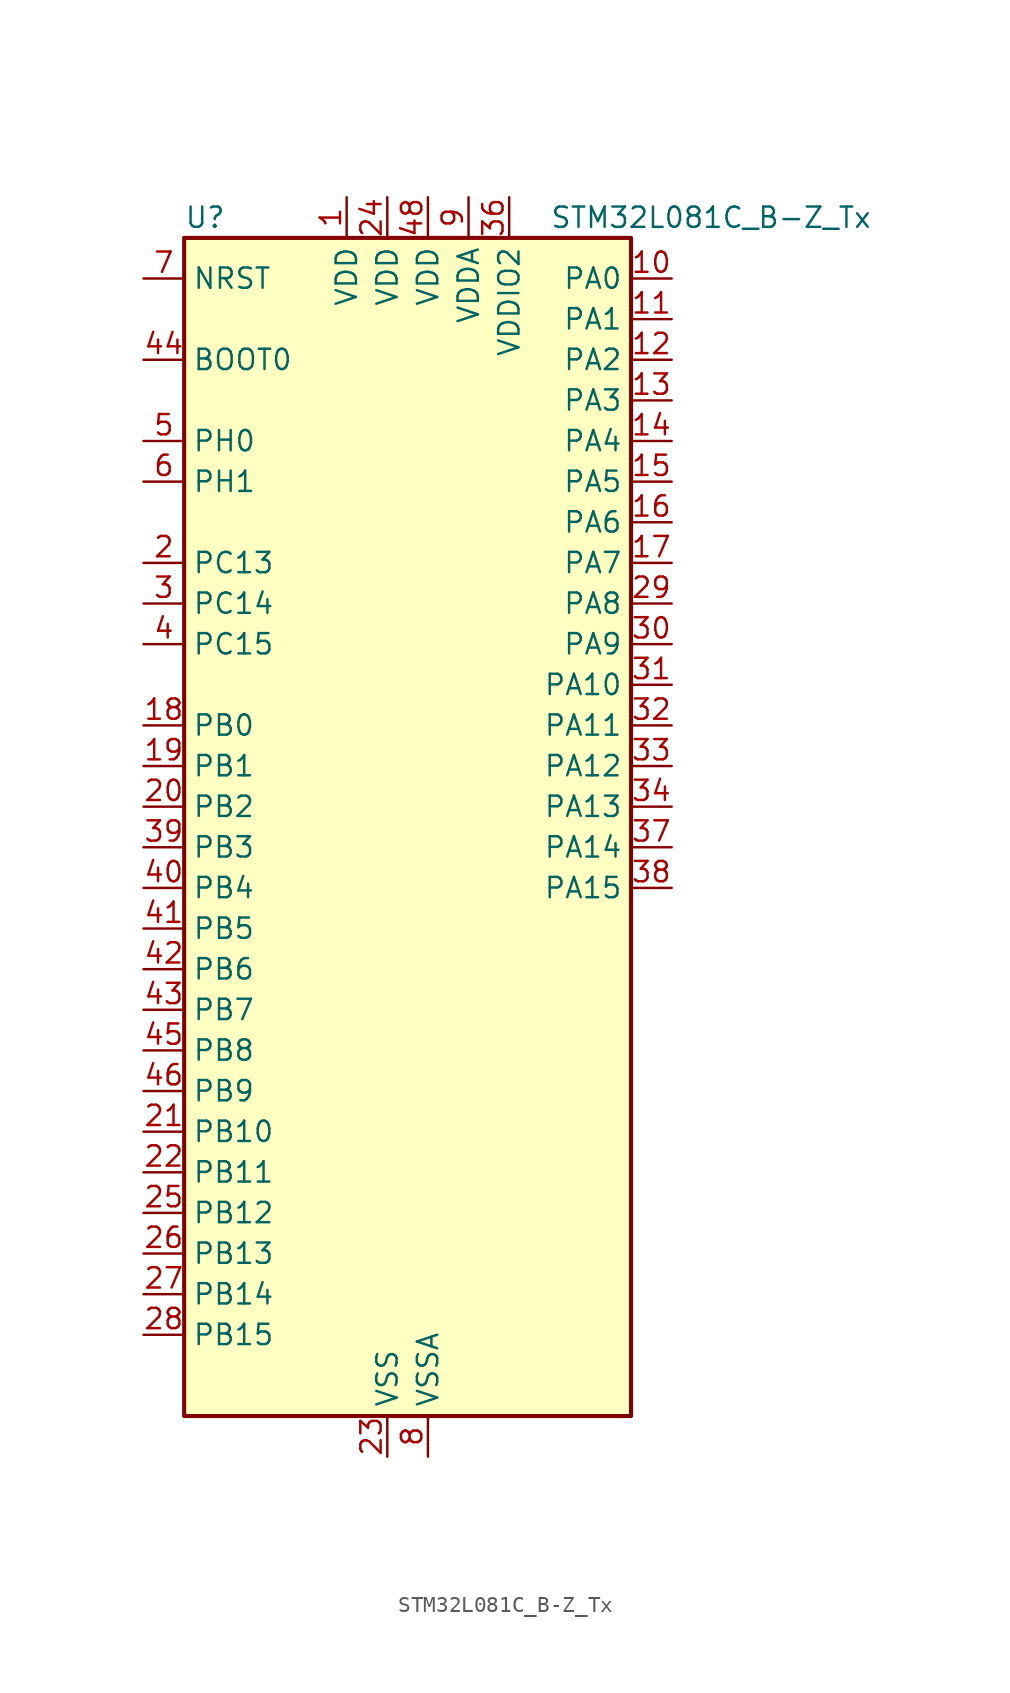
<source format=kicad_sym>
(kicad_symbol_lib
  (version 20231120)
  (generator "kicad_symbol_editor")
  (generator_version "8.0")
  (symbol "STM32L081C_B-Z_Tx"
    (property "Reference" "U"
      (at -12.7 39.37 0)
      (effects (font (size 1.27 1.27)) (justify left)))
    (property "Value" "STM32L081C_B-Z_Tx"
      (at 10.16 39.37 0)
      (effects (font (size 1.27 1.27)) (justify left)))
    (property "ki_locked" ""
      (at 0 0 0)
      (effects (font (size 1.27 1.27))))
    (symbol "STM32L081C_B-Z_Tx_0_1"
      (rectangle (start -12.7 -35.56) (end 15.24 38.1) (stroke (width 0.254) (type default)) (fill (type background))))
    (symbol "STM32L081C_B-Z_Tx_1_1"
      (pin power_in line (at -2.54 40.64 270) (length 2.54) (name "VDD" (effects (font (size 1.27 1.27)))) (number "1" (effects (font (size 1.27 1.27)))))
      (pin bidirectional line (at 17.78 35.56 180) (length 2.54) (name "PA0" (effects (font (size 1.27 1.27)))) (number "10" (effects (font (size 1.27 1.27)))) (alternate "ADC_IN0" bidirectional line) (alternate "COMP1_INM" bidirectional line) (alternate "COMP1_OUT" bidirectional line) (alternate "RTC_TAMP2" bidirectional line) (alternate "SYS_WKUP1" bidirectional line) (alternate "TIM2_CH1" bidirectional line) (alternate "TIM2_ETR" bidirectional line) (alternate "USART2_CTS" bidirectional line) (alternate "USART4_TX" bidirectional line))
      (pin bidirectional line (at 17.78 33.02 180) (length 2.54) (name "PA1" (effects (font (size 1.27 1.27)))) (number "11" (effects (font (size 1.27 1.27)))) (alternate "ADC_IN1" bidirectional line) (alternate "COMP1_INP" bidirectional line) (alternate "TIM21_ETR" bidirectional line) (alternate "TIM2_CH2" bidirectional line) (alternate "USART2_DE" bidirectional line) (alternate "USART2_RTS" bidirectional line) (alternate "USART4_RX" bidirectional line))
      (pin bidirectional line (at 17.78 30.48 180) (length 2.54) (name "PA2" (effects (font (size 1.27 1.27)))) (number "12" (effects (font (size 1.27 1.27)))) (alternate "ADC_IN2" bidirectional line) (alternate "COMP2_INM" bidirectional line) (alternate "COMP2_OUT" bidirectional line) (alternate "LPUART1_TX" bidirectional line) (alternate "TIM21_CH1" bidirectional line) (alternate "TIM2_CH3" bidirectional line) (alternate "USART2_TX" bidirectional line))
      (pin bidirectional line (at 17.78 27.94 180) (length 2.54) (name "PA3" (effects (font (size 1.27 1.27)))) (number "13" (effects (font (size 1.27 1.27)))) (alternate "ADC_IN3" bidirectional line) (alternate "COMP2_INP" bidirectional line) (alternate "LPUART1_RX" bidirectional line) (alternate "TIM21_CH2" bidirectional line) (alternate "TIM2_CH4" bidirectional line) (alternate "USART2_RX" bidirectional line))
      (pin bidirectional line (at 17.78 25.4 180) (length 2.54) (name "PA4" (effects (font (size 1.27 1.27)))) (number "14" (effects (font (size 1.27 1.27)))) (alternate "ADC_IN4" bidirectional line) (alternate "COMP1_INM" bidirectional line) (alternate "COMP2_INM" bidirectional line) (alternate "SPI1_NSS" bidirectional line) (alternate "TIM22_ETR" bidirectional line) (alternate "USART2_CK" bidirectional line))
      (pin bidirectional line (at 17.78 22.86 180) (length 2.54) (name "PA5" (effects (font (size 1.27 1.27)))) (number "15" (effects (font (size 1.27 1.27)))) (alternate "ADC_IN5" bidirectional line) (alternate "COMP1_INM" bidirectional line) (alternate "COMP2_INM" bidirectional line) (alternate "SPI1_SCK" bidirectional line) (alternate "TIM2_CH1" bidirectional line) (alternate "TIM2_ETR" bidirectional line))
      (pin bidirectional line (at 17.78 20.32 180) (length 2.54) (name "PA6" (effects (font (size 1.27 1.27)))) (number "16" (effects (font (size 1.27 1.27)))) (alternate "ADC_IN6" bidirectional line) (alternate "COMP1_OUT" bidirectional line) (alternate "LPUART1_CTS" bidirectional line) (alternate "SPI1_MISO" bidirectional line) (alternate "TIM22_CH1" bidirectional line) (alternate "TIM3_CH1" bidirectional line))
      (pin bidirectional line (at 17.78 17.78 180) (length 2.54) (name "PA7" (effects (font (size 1.27 1.27)))) (number "17" (effects (font (size 1.27 1.27)))) (alternate "ADC_IN7" bidirectional line) (alternate "COMP2_OUT" bidirectional line) (alternate "SPI1_MOSI" bidirectional line) (alternate "TIM22_CH2" bidirectional line) (alternate "TIM3_CH2" bidirectional line))
      (pin bidirectional line (at -15.24 7.62 0) (length 2.54) (name "PB0" (effects (font (size 1.27 1.27)))) (number "18" (effects (font (size 1.27 1.27)))) (alternate "ADC_IN8" bidirectional line) (alternate "SYS_VREF_OUT_PB0" bidirectional line) (alternate "TIM3_CH3" bidirectional line))
      (pin bidirectional line (at -15.24 5.08 0) (length 2.54) (name "PB1" (effects (font (size 1.27 1.27)))) (number "19" (effects (font (size 1.27 1.27)))) (alternate "ADC_IN9" bidirectional line) (alternate "LPUART1_DE" bidirectional line) (alternate "LPUART1_RTS" bidirectional line) (alternate "SYS_VREF_OUT_PB1" bidirectional line) (alternate "TIM3_CH4" bidirectional line))
      (pin bidirectional line (at -15.24 17.78 0) (length 2.54) (name "PC13" (effects (font (size 1.27 1.27)))) (number "2" (effects (font (size 1.27 1.27)))) (alternate "RTC_OUT_ALARM" bidirectional line) (alternate "RTC_OUT_CALIB" bidirectional line) (alternate "RTC_TAMP1" bidirectional line) (alternate "RTC_TS" bidirectional line) (alternate "SYS_WKUP2" bidirectional line))
      (pin bidirectional line (at -15.24 2.54 0) (length 2.54) (name "PB2" (effects (font (size 1.27 1.27)))) (number "20" (effects (font (size 1.27 1.27)))) (alternate "I2C3_SMBA" bidirectional line) (alternate "LPTIM1_OUT" bidirectional line))
      (pin bidirectional line (at -15.24 -17.78 0) (length 2.54) (name "PB10" (effects (font (size 1.27 1.27)))) (number "21" (effects (font (size 1.27 1.27)))) (alternate "I2C2_SCL" bidirectional line) (alternate "LPUART1_RX" bidirectional line) (alternate "LPUART1_TX" bidirectional line) (alternate "SPI2_SCK" bidirectional line) (alternate "TIM2_CH3" bidirectional line))
      (pin bidirectional line (at -15.24 -20.32 0) (length 2.54) (name "PB11" (effects (font (size 1.27 1.27)))) (number "22" (effects (font (size 1.27 1.27)))) (alternate "ADC_EXTI11" bidirectional line) (alternate "I2C2_SDA" bidirectional line) (alternate "LPUART1_RX" bidirectional line) (alternate "LPUART1_TX" bidirectional line) (alternate "TIM2_CH4" bidirectional line))
      (pin power_in line (at 0 -38.1 90) (length 2.54) (name "VSS" (effects (font (size 1.27 1.27)))) (number "23" (effects (font (size 1.27 1.27)))))
      (pin power_in line (at 0 40.64 270) (length 2.54) (name "VDD" (effects (font (size 1.27 1.27)))) (number "24" (effects (font (size 1.27 1.27)))))
      (pin bidirectional line (at -15.24 -22.86 0) (length 2.54) (name "PB12" (effects (font (size 1.27 1.27)))) (number "25" (effects (font (size 1.27 1.27)))) (alternate "I2S2_WS" bidirectional line) (alternate "LPUART1_DE" bidirectional line) (alternate "LPUART1_RTS" bidirectional line) (alternate "SPI2_NSS" bidirectional line))
      (pin bidirectional line (at -15.24 -25.4 0) (length 2.54) (name "PB13" (effects (font (size 1.27 1.27)))) (number "26" (effects (font (size 1.27 1.27)))) (alternate "I2C2_SCL" bidirectional line) (alternate "I2S2_CK" bidirectional line) (alternate "LPUART1_CTS" bidirectional line) (alternate "RCC_MCO" bidirectional line) (alternate "SPI2_SCK" bidirectional line) (alternate "TIM21_CH1" bidirectional line))
      (pin bidirectional line (at -15.24 -27.94 0) (length 2.54) (name "PB14" (effects (font (size 1.27 1.27)))) (number "27" (effects (font (size 1.27 1.27)))) (alternate "I2C2_SDA" bidirectional line) (alternate "I2S2_MCK" bidirectional line) (alternate "LPUART1_DE" bidirectional line) (alternate "LPUART1_RTS" bidirectional line) (alternate "RTC_OUT_ALARM" bidirectional line) (alternate "RTC_OUT_CALIB" bidirectional line) (alternate "SPI2_MISO" bidirectional line) (alternate "TIM21_CH2" bidirectional line))
      (pin bidirectional line (at -15.24 -30.48 0) (length 2.54) (name "PB15" (effects (font (size 1.27 1.27)))) (number "28" (effects (font (size 1.27 1.27)))) (alternate "I2S2_SD" bidirectional line) (alternate "RTC_REFIN" bidirectional line) (alternate "SPI2_MOSI" bidirectional line))
      (pin bidirectional line (at 17.78 15.24 180) (length 2.54) (name "PA8" (effects (font (size 1.27 1.27)))) (number "29" (effects (font (size 1.27 1.27)))) (alternate "I2C3_SCL" bidirectional line) (alternate "RCC_MCO" bidirectional line) (alternate "USART1_CK" bidirectional line))
      (pin bidirectional line (at -15.24 15.24 0) (length 2.54) (name "PC14" (effects (font (size 1.27 1.27)))) (number "3" (effects (font (size 1.27 1.27)))) (alternate "RCC_OSC32_IN" bidirectional line))
      (pin bidirectional line (at 17.78 12.7 180) (length 2.54) (name "PA9" (effects (font (size 1.27 1.27)))) (number "30" (effects (font (size 1.27 1.27)))) (alternate "I2C1_SCL" bidirectional line) (alternate "I2C3_SMBA" bidirectional line) (alternate "RCC_MCO" bidirectional line) (alternate "USART1_TX" bidirectional line))
      (pin bidirectional line (at 17.78 10.16 180) (length 2.54) (name "PA10" (effects (font (size 1.27 1.27)))) (number "31" (effects (font (size 1.27 1.27)))) (alternate "I2C1_SDA" bidirectional line) (alternate "USART1_RX" bidirectional line))
      (pin bidirectional line (at 17.78 7.62 180) (length 2.54) (name "PA11" (effects (font (size 1.27 1.27)))) (number "32" (effects (font (size 1.27 1.27)))) (alternate "ADC_EXTI11" bidirectional line) (alternate "COMP1_OUT" bidirectional line) (alternate "SPI1_MISO" bidirectional line) (alternate "USART1_CTS" bidirectional line))
      (pin bidirectional line (at 17.78 5.08 180) (length 2.54) (name "PA12" (effects (font (size 1.27 1.27)))) (number "33" (effects (font (size 1.27 1.27)))) (alternate "COMP2_OUT" bidirectional line) (alternate "SPI1_MOSI" bidirectional line) (alternate "USART1_DE" bidirectional line) (alternate "USART1_RTS" bidirectional line))
      (pin bidirectional line (at 17.78 2.54 180) (length 2.54) (name "PA13" (effects (font (size 1.27 1.27)))) (number "34" (effects (font (size 1.27 1.27)))) (alternate "LPUART1_RX" bidirectional line) (alternate "SYS_SWDIO" bidirectional line))
      (pin passive line (at 0 -38.1 90) (length 2.54) hide (name "VSS" (effects (font (size 1.27 1.27)))) (number "35" (effects (font (size 1.27 1.27)))))
      (pin power_in line (at 7.62 40.64 270) (length 2.54) (name "VDDIO2" (effects (font (size 1.27 1.27)))) (number "36" (effects (font (size 1.27 1.27)))))
      (pin bidirectional line (at 17.78 0 180) (length 2.54) (name "PA14" (effects (font (size 1.27 1.27)))) (number "37" (effects (font (size 1.27 1.27)))) (alternate "LPUART1_TX" bidirectional line) (alternate "SYS_SWCLK" bidirectional line) (alternate "USART2_TX" bidirectional line))
      (pin bidirectional line (at 17.78 -2.54 180) (length 2.54) (name "PA15" (effects (font (size 1.27 1.27)))) (number "38" (effects (font (size 1.27 1.27)))) (alternate "SPI1_NSS" bidirectional line) (alternate "TIM2_CH1" bidirectional line) (alternate "TIM2_ETR" bidirectional line) (alternate "USART2_RX" bidirectional line) (alternate "USART4_DE" bidirectional line) (alternate "USART4_RTS" bidirectional line))
      (pin bidirectional line (at -15.24 0 0) (length 2.54) (name "PB3" (effects (font (size 1.27 1.27)))) (number "39" (effects (font (size 1.27 1.27)))) (alternate "COMP2_INM" bidirectional line) (alternate "SPI1_SCK" bidirectional line) (alternate "TIM2_CH2" bidirectional line) (alternate "USART1_DE" bidirectional line) (alternate "USART1_RTS" bidirectional line) (alternate "USART5_TX" bidirectional line))
      (pin bidirectional line (at -15.24 12.7 0) (length 2.54) (name "PC15" (effects (font (size 1.27 1.27)))) (number "4" (effects (font (size 1.27 1.27)))) (alternate "RCC_OSC32_OUT" bidirectional line))
      (pin bidirectional line (at -15.24 -2.54 0) (length 2.54) (name "PB4" (effects (font (size 1.27 1.27)))) (number "40" (effects (font (size 1.27 1.27)))) (alternate "COMP2_INP" bidirectional line) (alternate "I2C3_SDA" bidirectional line) (alternate "SPI1_MISO" bidirectional line) (alternate "TIM22_CH1" bidirectional line) (alternate "TIM3_CH1" bidirectional line) (alternate "USART1_CTS" bidirectional line) (alternate "USART5_RX" bidirectional line))
      (pin bidirectional line (at -15.24 -5.08 0) (length 2.54) (name "PB5" (effects (font (size 1.27 1.27)))) (number "41" (effects (font (size 1.27 1.27)))) (alternate "COMP2_INP" bidirectional line) (alternate "I2C1_SMBA" bidirectional line) (alternate "LPTIM1_IN1" bidirectional line) (alternate "SPI1_MOSI" bidirectional line) (alternate "TIM22_CH2" bidirectional line) (alternate "TIM3_CH2" bidirectional line) (alternate "USART1_CK" bidirectional line) (alternate "USART5_CK" bidirectional line) (alternate "USART5_DE" bidirectional line) (alternate "USART5_RTS" bidirectional line))
      (pin bidirectional line (at -15.24 -7.62 0) (length 2.54) (name "PB6" (effects (font (size 1.27 1.27)))) (number "42" (effects (font (size 1.27 1.27)))) (alternate "COMP2_INP" bidirectional line) (alternate "I2C1_SCL" bidirectional line) (alternate "LPTIM1_ETR" bidirectional line) (alternate "USART1_TX" bidirectional line))
      (pin bidirectional line (at -15.24 -10.16 0) (length 2.54) (name "PB7" (effects (font (size 1.27 1.27)))) (number "43" (effects (font (size 1.27 1.27)))) (alternate "COMP2_INP" bidirectional line) (alternate "I2C1_SDA" bidirectional line) (alternate "LPTIM1_IN2" bidirectional line) (alternate "SYS_PVD_IN" bidirectional line) (alternate "USART1_RX" bidirectional line) (alternate "USART4_CTS" bidirectional line))
      (pin input line (at -15.24 30.48 0) (length 2.54) (name "BOOT0" (effects (font (size 1.27 1.27)))) (number "44" (effects (font (size 1.27 1.27)))))
      (pin bidirectional line (at -15.24 -12.7 0) (length 2.54) (name "PB8" (effects (font (size 1.27 1.27)))) (number "45" (effects (font (size 1.27 1.27)))) (alternate "I2C1_SCL" bidirectional line))
      (pin bidirectional line (at -15.24 -15.24 0) (length 2.54) (name "PB9" (effects (font (size 1.27 1.27)))) (number "46" (effects (font (size 1.27 1.27)))) (alternate "I2C1_SDA" bidirectional line) (alternate "I2S2_WS" bidirectional line) (alternate "SPI2_NSS" bidirectional line))
      (pin passive line (at 0 -38.1 90) (length 2.54) hide (name "VSS" (effects (font (size 1.27 1.27)))) (number "47" (effects (font (size 1.27 1.27)))))
      (pin power_in line (at 2.54 40.64 270) (length 2.54) (name "VDD" (effects (font (size 1.27 1.27)))) (number "48" (effects (font (size 1.27 1.27)))))
      (pin bidirectional line (at -15.24 25.4 0) (length 2.54) (name "PH0" (effects (font (size 1.27 1.27)))) (number "5" (effects (font (size 1.27 1.27)))) (alternate "RCC_OSC_IN" bidirectional line))
      (pin bidirectional line (at -15.24 22.86 0) (length 2.54) (name "PH1" (effects (font (size 1.27 1.27)))) (number "6" (effects (font (size 1.27 1.27)))) (alternate "RCC_OSC_OUT" bidirectional line))
      (pin input line (at -15.24 35.56 0) (length 2.54) (name "NRST" (effects (font (size 1.27 1.27)))) (number "7" (effects (font (size 1.27 1.27)))))
      (pin power_in line (at 2.54 -38.1 90) (length 2.54) (name "VSSA" (effects (font (size 1.27 1.27)))) (number "8" (effects (font (size 1.27 1.27)))))
      (pin power_in line (at 5.08 40.64 270) (length 2.54) (name "VDDA" (effects (font (size 1.27 1.27)))) (number "9" (effects (font (size 1.27 1.27))))))))
</source>
